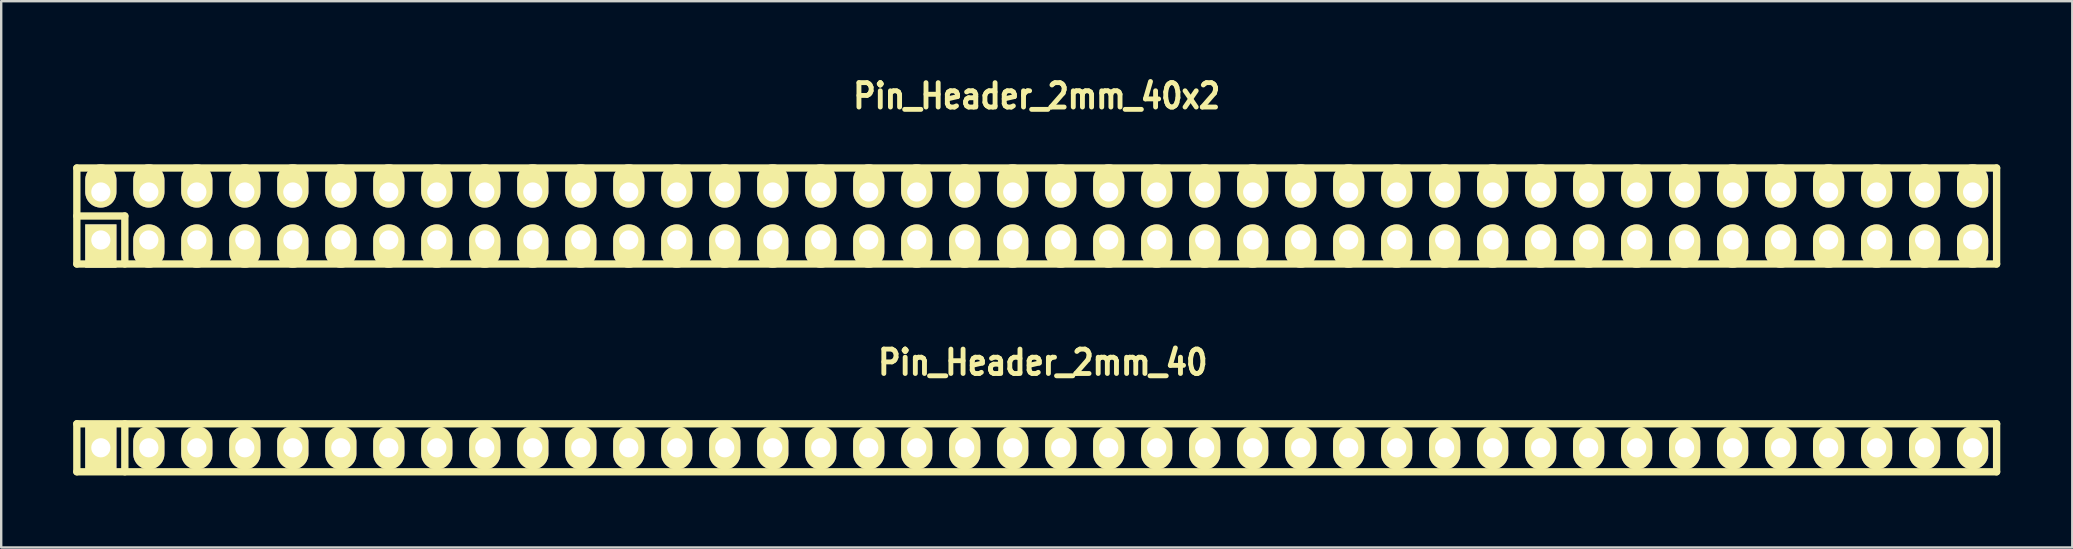
<source format=kicad_pcb>
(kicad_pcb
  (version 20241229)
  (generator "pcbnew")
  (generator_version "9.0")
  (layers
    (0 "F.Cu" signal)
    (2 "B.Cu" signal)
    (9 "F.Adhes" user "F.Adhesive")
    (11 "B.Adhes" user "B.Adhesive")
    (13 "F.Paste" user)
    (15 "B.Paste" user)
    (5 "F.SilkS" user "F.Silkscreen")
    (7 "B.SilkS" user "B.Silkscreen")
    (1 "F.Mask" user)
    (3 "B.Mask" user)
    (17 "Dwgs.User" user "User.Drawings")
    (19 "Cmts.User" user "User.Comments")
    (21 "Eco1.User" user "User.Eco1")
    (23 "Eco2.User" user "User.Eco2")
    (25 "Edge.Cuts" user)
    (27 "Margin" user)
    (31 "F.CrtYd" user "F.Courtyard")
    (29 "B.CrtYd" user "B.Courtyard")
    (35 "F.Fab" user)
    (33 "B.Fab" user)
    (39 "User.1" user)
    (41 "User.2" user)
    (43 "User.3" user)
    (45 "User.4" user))
  (footprint "Pin_Header_2mm_40"
    (layer "F.Cu")
    (at 40.152 15.61)
    (property "Reference" "Pin_Header_2mm_40" (at 0.254 -3.556 0) (layer "F.SilkS") (effects (font (size 1.016 0.889) (thickness 0.203))))
    (attr through_hole)
    (fp_line (start -40 -1) (end 40 -1) (stroke (width 0.305) (type solid)) (layer "F.SilkS"))
    (fp_line (start -40 1) (end -40 -1) (stroke (width 0.305) (type solid)) (layer "F.SilkS"))
    (fp_line (start -38 -1) (end -38 1) (stroke (width 0.305) (type solid)) (layer "F.SilkS"))
    (fp_line (start 40 -1) (end 40 1) (stroke (width 0.305) (type solid)) (layer "F.SilkS"))
    (fp_line (start 40 1) (end -40 1) (stroke (width 0.305) (type solid)) (layer "F.SilkS"))
    (pad "1" thru_hole rect (at -39 0) (size 1.3 1.8) (drill 0.8) (layers "*.Cu" "*.Mask" "F.SilkS"))
    (pad "2" thru_hole oval (at -37 0) (size 1.3 1.8) (drill 0.8) (layers "*.Cu" "*.Mask" "F.SilkS"))
    (pad "3" thru_hole oval (at -35 0) (size 1.3 1.8) (drill 0.8) (layers "*.Cu" "*.Mask" "F.SilkS"))
    (pad "4" thru_hole oval (at -33 0) (size 1.3 1.8) (drill 0.8) (layers "*.Cu" "*.Mask" "F.SilkS"))
    (pad "5" thru_hole oval (at -31 0) (size 1.3 1.8) (drill 0.8) (layers "*.Cu" "*.Mask" "F.SilkS"))
    (pad "6" thru_hole oval (at -29 0) (size 1.3 1.8) (drill 0.8) (layers "*.Cu" "*.Mask" "F.SilkS"))
    (pad "7" thru_hole oval (at -27 0) (size 1.3 1.8) (drill 0.8) (layers "*.Cu" "*.Mask" "F.SilkS"))
    (pad "8" thru_hole oval (at -25 0) (size 1.3 1.8) (drill 0.8) (layers "*.Cu" "*.Mask" "F.SilkS"))
    (pad "9" thru_hole oval (at -23 0) (size 1.3 1.8) (drill 0.8) (layers "*.Cu" "*.Mask" "F.SilkS"))
    (pad "10" thru_hole oval (at -21 0) (size 1.3 1.8) (drill 0.8) (layers "*.Cu" "*.Mask" "F.SilkS"))
    (pad "11" thru_hole oval (at -19 0) (size 1.3 1.8) (drill 0.8) (layers "*.Cu" "*.Mask" "F.SilkS"))
    (pad "12" thru_hole oval (at -17 0) (size 1.3 1.8) (drill 0.8) (layers "*.Cu" "*.Mask" "F.SilkS"))
    (pad "13" thru_hole oval (at -15 0) (size 1.3 1.8) (drill 0.8) (layers "*.Cu" "*.Mask" "F.SilkS"))
    (pad "14" thru_hole oval (at -13 0) (size 1.3 1.8) (drill 0.8) (layers "*.Cu" "*.Mask" "F.SilkS"))
    (pad "15" thru_hole oval (at -11 0) (size 1.3 1.8) (drill 0.8) (layers "*.Cu" "*.Mask" "F.SilkS"))
    (pad "16" thru_hole oval (at -9 0) (size 1.3 1.8) (drill 0.8) (layers "*.Cu" "*.Mask" "F.SilkS"))
    (pad "17" thru_hole oval (at -7 0) (size 1.3 1.8) (drill 0.8) (layers "*.Cu" "*.Mask" "F.SilkS"))
    (pad "18" thru_hole oval (at -5 0) (size 1.3 1.8) (drill 0.8) (layers "*.Cu" "*.Mask" "F.SilkS"))
    (pad "19" thru_hole oval (at -3 0) (size 1.3 1.8) (drill 0.8) (layers "*.Cu" "*.Mask" "F.SilkS"))
    (pad "20" thru_hole oval (at -1 0) (size 1.3 1.8) (drill 0.8) (layers "*.Cu" "*.Mask" "F.SilkS"))
    (pad "21" thru_hole oval (at 1 0) (size 1.3 1.8) (drill 0.8) (layers "*.Cu" "*.Mask" "F.SilkS"))
    (pad "22" thru_hole oval (at 3 0) (size 1.3 1.8) (drill 0.8) (layers "*.Cu" "*.Mask" "F.SilkS"))
    (pad "23" thru_hole oval (at 5 0) (size 1.3 1.8) (drill 0.8) (layers "*.Cu" "*.Mask" "F.SilkS"))
    (pad "24" thru_hole oval (at 7 0) (size 1.3 1.8) (drill 0.8) (layers "*.Cu" "*.Mask" "F.SilkS"))
    (pad "25" thru_hole oval (at 9 0) (size 1.3 1.8) (drill 0.8) (layers "*.Cu" "*.Mask" "F.SilkS"))
    (pad "26" thru_hole oval (at 11 0) (size 1.3 1.8) (drill 0.8) (layers "*.Cu" "*.Mask" "F.SilkS"))
    (pad "27" thru_hole oval (at 13 0) (size 1.3 1.8) (drill 0.8) (layers "*.Cu" "*.Mask" "F.SilkS"))
    (pad "28" thru_hole oval (at 15 0) (size 1.3 1.8) (drill 0.8) (layers "*.Cu" "*.Mask" "F.SilkS"))
    (pad "29" thru_hole oval (at 17 0) (size 1.3 1.8) (drill 0.8) (layers "*.Cu" "*.Mask" "F.SilkS"))
    (pad "30" thru_hole oval (at 19 0) (size 1.3 1.8) (drill 0.8) (layers "*.Cu" "*.Mask" "F.SilkS"))
    (pad "31" thru_hole oval (at 21 0) (size 1.3 1.8) (drill 0.8) (layers "*.Cu" "*.Mask" "F.SilkS"))
    (pad "32" thru_hole oval (at 23 0) (size 1.3 1.8) (drill 0.8) (layers "*.Cu" "*.Mask" "F.SilkS"))
    (pad "33" thru_hole oval (at 25 0) (size 1.3 1.8) (drill 0.8) (layers "*.Cu" "*.Mask" "F.SilkS"))
    (pad "34" thru_hole oval (at 27 0) (size 1.3 1.8) (drill 0.8) (layers "*.Cu" "*.Mask" "F.SilkS"))
    (pad "35" thru_hole oval (at 29 0) (size 1.3 1.8) (drill 0.8) (layers "*.Cu" "*.Mask" "F.SilkS"))
    (pad "36" thru_hole oval (at 31 0) (size 1.3 1.8) (drill 0.8) (layers "*.Cu" "*.Mask" "F.SilkS"))
    (pad "37" thru_hole oval (at 33 0) (size 1.3 1.8) (drill 0.8) (layers "*.Cu" "*.Mask" "F.SilkS"))
    (pad "38" thru_hole oval (at 35 0) (size 1.3 1.8) (drill 0.8) (layers "*.Cu" "*.Mask" "F.SilkS"))
    (pad "39" thru_hole oval (at 37 0) (size 1.3 1.8) (drill 0.8) (layers "*.Cu" "*.Mask" "F.SilkS"))
    (pad "40" thru_hole oval (at 39 0) (size 1.3 1.8) (drill 0.8) (layers "*.Cu" "*.Mask" "F.SilkS")))
  (footprint "Pin_Header_2mm_40x2"
    (layer "F.Cu")
    (at 40.152 5.951)
    (property "Reference" "Pin_Header_2mm_40x2" (at 0 -5 0) (layer "F.SilkS") (effects (font (size 1.016 0.889) (thickness 0.203))))
    (attr through_hole)
    (fp_line (start -40 -2) (end 40 -2) (stroke (width 0.305) (type solid)) (layer "F.SilkS"))
    (fp_line (start -40 0) (end -38 0) (stroke (width 0.305) (type solid)) (layer "F.SilkS"))
    (fp_line (start -40 2) (end -40 -2) (stroke (width 0.305) (type solid)) (layer "F.SilkS"))
    (fp_line (start -38 0) (end -38 2) (stroke (width 0.305) (type solid)) (layer "F.SilkS"))
    (fp_line (start 40 -2) (end 40 2) (stroke (width 0.305) (type solid)) (layer "F.SilkS"))
    (fp_line (start 40 2) (end -40 2) (stroke (width 0.305) (type solid)) (layer "F.SilkS"))
    (pad "1" thru_hole rect (at -39 1) (size 1.3 1.8) (drill 0.8 (offset 0 0.25)) (layers "*.Cu" "*.Mask" "F.SilkS"))
    (pad "2" thru_hole oval (at -39 -1) (size 1.3 1.8) (drill 0.8 (offset 0 -0.25)) (layers "*.Cu" "*.Mask" "F.SilkS"))
    (pad "3" thru_hole oval (at -37 1) (size 1.3 1.8) (drill 0.8 (offset 0 0.25)) (layers "*.Cu" "*.Mask" "F.SilkS"))
    (pad "4" thru_hole oval (at -37 -1) (size 1.3 1.8) (drill 0.8 (offset 0 -0.25)) (layers "*.Cu" "*.Mask" "F.SilkS"))
    (pad "5" thru_hole oval (at -35 1) (size 1.3 1.8) (drill 0.8 (offset 0 0.25)) (layers "*.Cu" "*.Mask" "F.SilkS"))
    (pad "6" thru_hole oval (at -35 -1) (size 1.3 1.8) (drill 0.8 (offset 0 -0.25)) (layers "*.Cu" "*.Mask" "F.SilkS"))
    (pad "7" thru_hole oval (at -33 1) (size 1.3 1.8) (drill 0.8 (offset 0 0.25)) (layers "*.Cu" "*.Mask" "F.SilkS"))
    (pad "8" thru_hole oval (at -33 -1) (size 1.3 1.8) (drill 0.8 (offset 0 -0.25)) (layers "*.Cu" "*.Mask" "F.SilkS"))
    (pad "9" thru_hole oval (at -31 1) (size 1.3 1.8) (drill 0.8 (offset 0 0.25)) (layers "*.Cu" "*.Mask" "F.SilkS"))
    (pad "10" thru_hole oval (at -31 -1) (size 1.3 1.8) (drill 0.8 (offset 0 -0.25)) (layers "*.Cu" "*.Mask" "F.SilkS"))
    (pad "11" thru_hole oval (at -29 1) (size 1.3 1.8) (drill 0.8 (offset 0 0.25)) (layers "*.Cu" "*.Mask" "F.SilkS"))
    (pad "12" thru_hole oval (at -29 -1) (size 1.3 1.8) (drill 0.8 (offset 0 -0.25)) (layers "*.Cu" "*.Mask" "F.SilkS"))
    (pad "13" thru_hole oval (at -27 1) (size 1.3 1.8) (drill 0.8 (offset 0 0.25)) (layers "*.Cu" "*.Mask" "F.SilkS"))
    (pad "14" thru_hole oval (at -27 -1) (size 1.3 1.8) (drill 0.8 (offset 0 -0.25)) (layers "*.Cu" "*.Mask" "F.SilkS"))
    (pad "15" thru_hole oval (at -25 1) (size 1.3 1.8) (drill 0.8 (offset 0 0.25)) (layers "*.Cu" "*.Mask" "F.SilkS"))
    (pad "16" thru_hole oval (at -25 -1) (size 1.3 1.8) (drill 0.8 (offset 0 -0.25)) (layers "*.Cu" "*.Mask" "F.SilkS"))
    (pad "17" thru_hole oval (at -23 1) (size 1.3 1.8) (drill 0.8 (offset 0 0.25)) (layers "*.Cu" "*.Mask" "F.SilkS"))
    (pad "18" thru_hole oval (at -23 -1) (size 1.3 1.8) (drill 0.8 (offset 0 -0.25)) (layers "*.Cu" "*.Mask" "F.SilkS"))
    (pad "19" thru_hole oval (at -21 1) (size 1.3 1.8) (drill 0.8 (offset 0 0.25)) (layers "*.Cu" "*.Mask" "F.SilkS"))
    (pad "20" thru_hole oval (at -21 -1) (size 1.3 1.8) (drill 0.8 (offset 0 -0.25)) (layers "*.Cu" "*.Mask" "F.SilkS"))
    (pad "21" thru_hole oval (at -19 1) (size 1.3 1.8) (drill 0.8 (offset 0 0.25)) (layers "*.Cu" "*.Mask" "F.SilkS"))
    (pad "22" thru_hole oval (at -19 -1) (size 1.3 1.8) (drill 0.8 (offset 0 -0.25)) (layers "*.Cu" "*.Mask" "F.SilkS"))
    (pad "23" thru_hole oval (at -17 1) (size 1.3 1.8) (drill 0.8 (offset 0 0.25)) (layers "*.Cu" "*.Mask" "F.SilkS"))
    (pad "24" thru_hole oval (at -17 -1) (size 1.3 1.8) (drill 0.8 (offset 0 -0.25)) (layers "*.Cu" "*.Mask" "F.SilkS"))
    (pad "25" thru_hole oval (at -15 1) (size 1.3 1.8) (drill 0.8 (offset 0 0.25)) (layers "*.Cu" "*.Mask" "F.SilkS"))
    (pad "26" thru_hole oval (at -15 -1) (size 1.3 1.8) (drill 0.8 (offset 0 -0.25)) (layers "*.Cu" "*.Mask" "F.SilkS"))
    (pad "27" thru_hole oval (at -13 1) (size 1.3 1.8) (drill 0.8 (offset 0 0.25)) (layers "*.Cu" "*.Mask" "F.SilkS"))
    (pad "28" thru_hole oval (at -13 -1) (size 1.3 1.8) (drill 0.8 (offset 0 -0.25)) (layers "*.Cu" "*.Mask" "F.SilkS"))
    (pad "29" thru_hole oval (at -11 1) (size 1.3 1.8) (drill 0.8 (offset 0 0.25)) (layers "*.Cu" "*.Mask" "F.SilkS"))
    (pad "30" thru_hole oval (at -11 -1) (size 1.3 1.8) (drill 0.8 (offset 0 -0.25)) (layers "*.Cu" "*.Mask" "F.SilkS"))
    (pad "31" thru_hole oval (at -9 1) (size 1.3 1.8) (drill 0.8 (offset 0 0.25)) (layers "*.Cu" "*.Mask" "F.SilkS"))
    (pad "32" thru_hole oval (at -9 -1) (size 1.3 1.8) (drill 0.8 (offset 0 -0.25)) (layers "*.Cu" "*.Mask" "F.SilkS"))
    (pad "33" thru_hole oval (at -7 1) (size 1.3 1.8) (drill 0.8 (offset 0 0.25)) (layers "*.Cu" "*.Mask" "F.SilkS"))
    (pad "34" thru_hole oval (at -7 -1) (size 1.3 1.8) (drill 0.8 (offset 0 -0.25)) (layers "*.Cu" "*.Mask" "F.SilkS"))
    (pad "35" thru_hole oval (at -5 1) (size 1.3 1.8) (drill 0.8 (offset 0 0.25)) (layers "*.Cu" "*.Mask" "F.SilkS"))
    (pad "36" thru_hole oval (at -5 -1) (size 1.3 1.8) (drill 0.8 (offset 0 -0.25)) (layers "*.Cu" "*.Mask" "F.SilkS"))
    (pad "37" thru_hole oval (at -3 1) (size 1.3 1.8) (drill 0.8 (offset 0 0.25)) (layers "*.Cu" "*.Mask" "F.SilkS"))
    (pad "38" thru_hole oval (at -3 -1) (size 1.3 1.8) (drill 0.8 (offset 0 -0.25)) (layers "*.Cu" "*.Mask" "F.SilkS"))
    (pad "39" thru_hole oval (at -1 1) (size 1.3 1.8) (drill 0.8 (offset 0 0.25)) (layers "*.Cu" "*.Mask" "F.SilkS"))
    (pad "40" thru_hole oval (at -1 -1) (size 1.3 1.8) (drill 0.8 (offset 0 -0.25)) (layers "*.Cu" "*.Mask" "F.SilkS"))
    (pad "41" thru_hole oval (at 1 1) (size 1.3 1.8) (drill 0.8 (offset 0 0.25)) (layers "*.Cu" "*.Mask" "F.SilkS"))
    (pad "42" thru_hole oval (at 1 -1) (size 1.3 1.8) (drill 0.8 (offset 0 -0.25)) (layers "*.Cu" "*.Mask" "F.SilkS"))
    (pad "43" thru_hole oval (at 3 1) (size 1.3 1.8) (drill 0.8 (offset 0 0.25)) (layers "*.Cu" "*.Mask" "F.SilkS"))
    (pad "44" thru_hole oval (at 3 -1) (size 1.3 1.8) (drill 0.8 (offset 0 -0.25)) (layers "*.Cu" "*.Mask" "F.SilkS"))
    (pad "45" thru_hole oval (at 5 1) (size 1.3 1.8) (drill 0.8 (offset 0 0.25)) (layers "*.Cu" "*.Mask" "F.SilkS"))
    (pad "46" thru_hole oval (at 5 -1) (size 1.3 1.8) (drill 0.8 (offset 0 -0.25)) (layers "*.Cu" "*.Mask" "F.SilkS"))
    (pad "47" thru_hole oval (at 7 1) (size 1.3 1.8) (drill 0.8 (offset 0 0.25)) (layers "*.Cu" "*.Mask" "F.SilkS"))
    (pad "48" thru_hole oval (at 7 -1) (size 1.3 1.8) (drill 0.8 (offset 0 -0.25)) (layers "*.Cu" "*.Mask" "F.SilkS"))
    (pad "49" thru_hole oval (at 9 1) (size 1.3 1.8) (drill 0.8 (offset 0 0.25)) (layers "*.Cu" "*.Mask" "F.SilkS"))
    (pad "50" thru_hole oval (at 9 -1) (size 1.3 1.8) (drill 0.8 (offset 0 -0.25)) (layers "*.Cu" "*.Mask" "F.SilkS"))
    (pad "51" thru_hole oval (at 11 1) (size 1.3 1.8) (drill 0.8 (offset 0 0.25)) (layers "*.Cu" "*.Mask" "F.SilkS"))
    (pad "52" thru_hole oval (at 11 -1) (size 1.3 1.8) (drill 0.8 (offset 0 -0.25)) (layers "*.Cu" "*.Mask" "F.SilkS"))
    (pad "53" thru_hole oval (at 13 1) (size 1.3 1.8) (drill 0.8 (offset 0 0.25)) (layers "*.Cu" "*.Mask" "F.SilkS"))
    (pad "54" thru_hole oval (at 13 -1) (size 1.3 1.8) (drill 0.8 (offset 0 -0.25)) (layers "*.Cu" "*.Mask" "F.SilkS"))
    (pad "55" thru_hole oval (at 15 1) (size 1.3 1.8) (drill 0.8 (offset 0 0.25)) (layers "*.Cu" "*.Mask" "F.SilkS"))
    (pad "56" thru_hole oval (at 15 -1) (size 1.3 1.8) (drill 0.8 (offset 0 -0.25)) (layers "*.Cu" "*.Mask" "F.SilkS"))
    (pad "57" thru_hole oval (at 17 1) (size 1.3 1.8) (drill 0.8 (offset 0 0.25)) (layers "*.Cu" "*.Mask" "F.SilkS"))
    (pad "58" thru_hole oval (at 17 -1) (size 1.3 1.8) (drill 0.8 (offset 0 -0.25)) (layers "*.Cu" "*.Mask" "F.SilkS"))
    (pad "59" thru_hole oval (at 19 1) (size 1.3 1.8) (drill 0.8 (offset 0 0.25)) (layers "*.Cu" "*.Mask" "F.SilkS"))
    (pad "60" thru_hole oval (at 19 -1) (size 1.3 1.8) (drill 0.8 (offset 0 -0.25)) (layers "*.Cu" "*.Mask" "F.SilkS"))
    (pad "61" thru_hole oval (at 21 1) (size 1.3 1.8) (drill 0.8 (offset 0 0.25)) (layers "*.Cu" "*.Mask" "F.SilkS"))
    (pad "62" thru_hole oval (at 21 -1) (size 1.3 1.8) (drill 0.8 (offset 0 -0.25)) (layers "*.Cu" "*.Mask" "F.SilkS"))
    (pad "63" thru_hole oval (at 23 1) (size 1.3 1.8) (drill 0.8 (offset 0 0.25)) (layers "*.Cu" "*.Mask" "F.SilkS"))
    (pad "64" thru_hole oval (at 23 -1) (size 1.3 1.8) (drill 0.8 (offset 0 -0.25)) (layers "*.Cu" "*.Mask" "F.SilkS"))
    (pad "65" thru_hole oval (at 25 1) (size 1.3 1.8) (drill 0.8 (offset 0 0.25)) (layers "*.Cu" "*.Mask" "F.SilkS"))
    (pad "66" thru_hole oval (at 25 -1) (size 1.3 1.8) (drill 0.8 (offset 0 -0.25)) (layers "*.Cu" "*.Mask" "F.SilkS"))
    (pad "67" thru_hole oval (at 27 1) (size 1.3 1.8) (drill 0.8 (offset 0 0.25)) (layers "*.Cu" "*.Mask" "F.SilkS"))
    (pad "68" thru_hole oval (at 27 -1) (size 1.3 1.8) (drill 0.8 (offset 0 -0.25)) (layers "*.Cu" "*.Mask" "F.SilkS"))
    (pad "69" thru_hole oval (at 29 1) (size 1.3 1.8) (drill 0.8 (offset 0 0.25)) (layers "*.Cu" "*.Mask" "F.SilkS"))
    (pad "70" thru_hole oval (at 29 -1) (size 1.3 1.8) (drill 0.8 (offset 0 -0.25)) (layers "*.Cu" "*.Mask" "F.SilkS"))
    (pad "71" thru_hole oval (at 31 1) (size 1.3 1.8) (drill 0.8 (offset 0 0.25)) (layers "*.Cu" "*.Mask" "F.SilkS"))
    (pad "72" thru_hole oval (at 31 -1) (size 1.3 1.8) (drill 0.8 (offset 0 -0.25)) (layers "*.Cu" "*.Mask" "F.SilkS"))
    (pad "73" thru_hole oval (at 33 1) (size 1.3 1.8) (drill 0.8 (offset 0 0.25)) (layers "*.Cu" "*.Mask" "F.SilkS"))
    (pad "74" thru_hole oval (at 33 -1) (size 1.3 1.8) (drill 0.8 (offset 0 -0.25)) (layers "*.Cu" "*.Mask" "F.SilkS"))
    (pad "75" thru_hole oval (at 35 1) (size 1.3 1.8) (drill 0.8 (offset 0 0.25)) (layers "*.Cu" "*.Mask" "F.SilkS"))
    (pad "76" thru_hole oval (at 35 -1) (size 1.3 1.8) (drill 0.8 (offset 0 -0.25)) (layers "*.Cu" "*.Mask" "F.SilkS"))
    (pad "77" thru_hole oval (at 37 1) (size 1.3 1.8) (drill 0.8 (offset 0 0.25)) (layers "*.Cu" "*.Mask" "F.SilkS"))
    (pad "78" thru_hole oval (at 37 -1) (size 1.3 1.8) (drill 0.8 (offset 0 -0.25)) (layers "*.Cu" "*.Mask" "F.SilkS"))
    (pad "79" thru_hole oval (at 39 1) (size 1.3 1.8) (drill 0.8 (offset 0 0.25)) (layers "*.Cu" "*.Mask" "F.SilkS"))
    (pad "80" thru_hole oval (at 39 -1) (size 1.3 1.8) (drill 0.8 (offset 0 -0.25)) (layers "*.Cu" "*.Mask" "F.SilkS")))
  (gr_rect
    (start -3 -3)
    (end 83.305 19.763)
    (stroke (width 0.1) (type default))
    (fill no)
    (layer "Edge.Cuts")))
</source>
